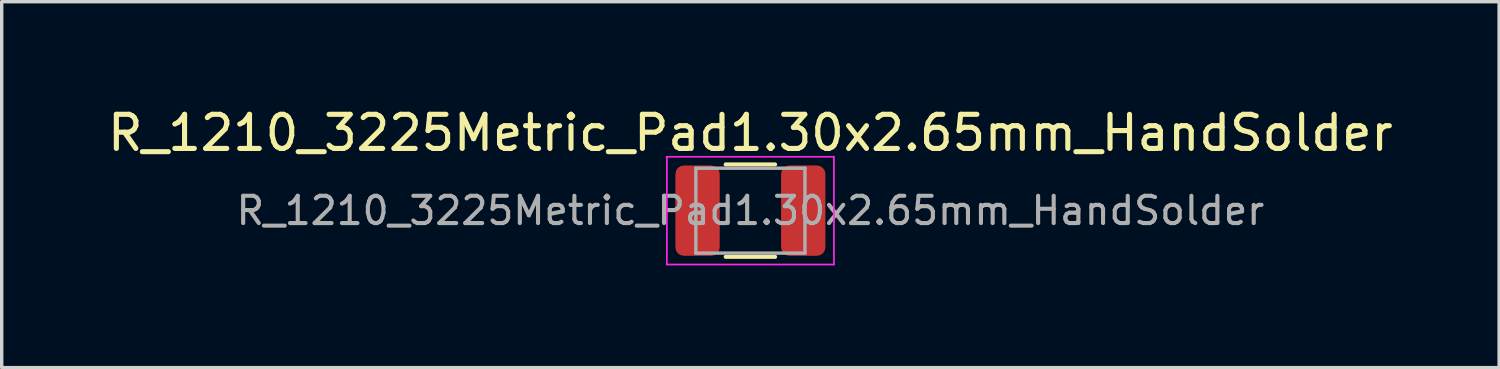
<source format=kicad_pcb>
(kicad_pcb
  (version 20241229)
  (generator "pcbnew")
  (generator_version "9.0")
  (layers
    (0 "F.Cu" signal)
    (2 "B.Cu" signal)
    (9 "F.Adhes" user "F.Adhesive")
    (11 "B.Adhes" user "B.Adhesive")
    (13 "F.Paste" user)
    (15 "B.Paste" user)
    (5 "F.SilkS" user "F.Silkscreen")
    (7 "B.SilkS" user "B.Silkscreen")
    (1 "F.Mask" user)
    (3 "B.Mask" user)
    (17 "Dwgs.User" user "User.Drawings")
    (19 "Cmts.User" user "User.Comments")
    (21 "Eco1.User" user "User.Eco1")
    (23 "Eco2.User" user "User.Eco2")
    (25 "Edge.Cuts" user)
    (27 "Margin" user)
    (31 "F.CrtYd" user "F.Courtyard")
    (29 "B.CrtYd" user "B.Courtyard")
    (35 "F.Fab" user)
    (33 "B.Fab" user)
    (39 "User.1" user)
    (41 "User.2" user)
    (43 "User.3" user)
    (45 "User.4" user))
  (footprint "R_1210_3225Metric_Pad1.30x2.65mm_HandSolder"
    (layer "F.Cu")
    (at 18.958 3.128)
    (property "Reference" "R_1210_3225Metric_Pad1.30x2.65mm_HandSolder" (at 0 -2.28 0) (layer "F.SilkS") (effects (font (size 1 1) (thickness 0.15))))
    (attr smd)
    (fp_line (start -0.724 -1.355) (end 0.724 -1.355) (stroke (width 0.12) (type solid)) (layer "F.SilkS"))
    (fp_line (start -0.724 1.355) (end 0.724 1.355) (stroke (width 0.12) (type solid)) (layer "F.SilkS"))
    (fp_line (start -2.45 -1.58) (end 2.45 -1.58) (stroke (width 0.05) (type solid)) (layer "F.CrtYd"))
    (fp_line (start -2.45 1.58) (end -2.45 -1.58) (stroke (width 0.05) (type solid)) (layer "F.CrtYd"))
    (fp_line (start 2.45 -1.58) (end 2.45 1.58) (stroke (width 0.05) (type solid)) (layer "F.CrtYd"))
    (fp_line (start 2.45 1.58) (end -2.45 1.58) (stroke (width 0.05) (type solid)) (layer "F.CrtYd"))
    (fp_line (start -1.6 -1.245) (end 1.6 -1.245) (stroke (width 0.1) (type solid)) (layer "F.Fab"))
    (fp_line (start -1.6 1.245) (end -1.6 -1.245) (stroke (width 0.1) (type solid)) (layer "F.Fab"))
    (fp_line (start 1.6 -1.245) (end 1.6 1.245) (stroke (width 0.1) (type solid)) (layer "F.Fab"))
    (fp_line (start 1.6 1.245) (end -1.6 1.245) (stroke (width 0.1) (type solid)) (layer "F.Fab"))
    (fp_text user "${REFERENCE}" (at 0 0 0) (layer "F.Fab") (effects (font (size 0.8 0.8) (thickness 0.12))))
    (pad "1" smd roundrect (at -1.55 0) (size 1.3 2.65) (layers "F.Cu" "F.Mask" "F.Paste") (roundrect_rratio 0.192))
    (pad "2" smd roundrect (at 1.55 0) (size 1.3 2.65) (layers "F.Cu" "F.Mask" "F.Paste") (roundrect_rratio 0.192)))
  (gr_rect
    (start -3 -3)
    (end 40.917 7.733)
    (stroke (width 0.1) (type default))
    (fill no)
    (layer "Edge.Cuts")))
</source>
